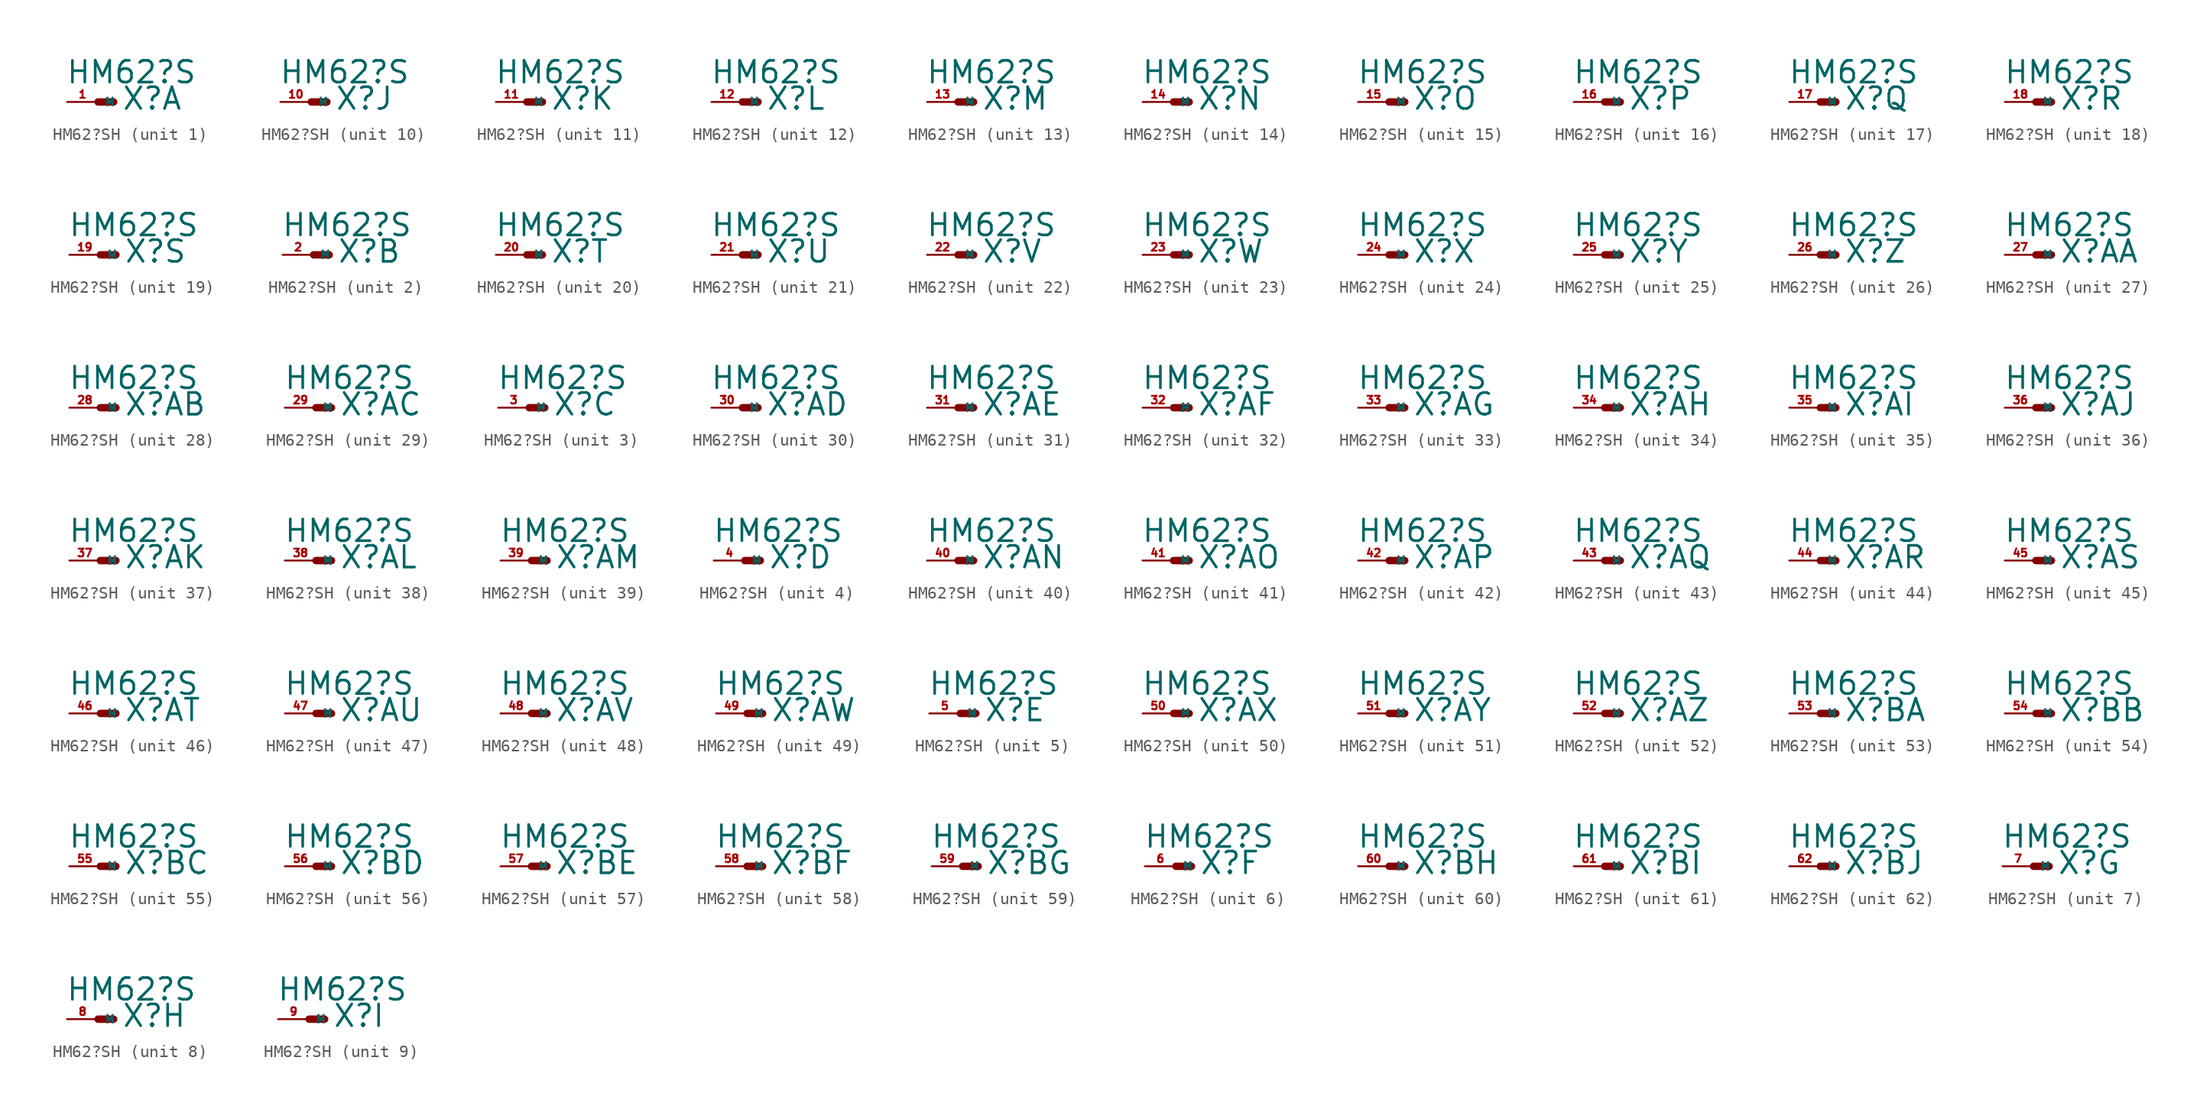
<source format=kicad_sym>
(kicad_symbol_lib
  (version 20220914)
  (generator Eagle2Kicad)
  (symbol "HM62?SH"
    (property "Reference" "X"
      (at 1.905 -0.762 0)
      (effects (font (size 1.778 1.778) (thickness 0.22)) (justify left bottom)))
    (property "Value" "HM62?S"
      (at -2.667 1.397 0)
      (effects (font (size 1.778 1.778) (thickness 0.22)) (justify left bottom)))
    (symbol "HM62?SH_1_0"
      (polyline (pts (xy 0 0) (xy 1.27 0)) (stroke (width 0.61) (type default)) (fill (type none)))
      (pin passive line (at -2.54 0 0) (length 2.54) (name "M" (effects (font (size 0.635 0.635) (thickness 0.08)) (justify left bottom))) (number "1" (effects (font (size 0.635 0.635) (thickness 0.08)) (justify left bottom)))))
    (symbol "HM62?SH_2_0"
      (polyline (pts (xy 0 0) (xy 1.27 0)) (stroke (width 0.61) (type default)) (fill (type none)))
      (pin passive line (at -2.54 0 0) (length 2.54) (name "M" (effects (font (size 0.635 0.635) (thickness 0.08)) (justify left bottom))) (number "2" (effects (font (size 0.635 0.635) (thickness 0.08)) (justify left bottom)))))
    (symbol "HM62?SH_3_0"
      (polyline (pts (xy 0 0) (xy 1.27 0)) (stroke (width 0.61) (type default)) (fill (type none)))
      (pin passive line (at -2.54 0 0) (length 2.54) (name "M" (effects (font (size 0.635 0.635) (thickness 0.08)) (justify left bottom))) (number "3" (effects (font (size 0.635 0.635) (thickness 0.08)) (justify left bottom)))))
    (symbol "HM62?SH_4_0"
      (polyline (pts (xy 0 0) (xy 1.27 0)) (stroke (width 0.61) (type default)) (fill (type none)))
      (pin passive line (at -2.54 0 0) (length 2.54) (name "M" (effects (font (size 0.635 0.635) (thickness 0.08)) (justify left bottom))) (number "4" (effects (font (size 0.635 0.635) (thickness 0.08)) (justify left bottom)))))
    (symbol "HM62?SH_5_0"
      (polyline (pts (xy 0 0) (xy 1.27 0)) (stroke (width 0.61) (type default)) (fill (type none)))
      (pin passive line (at -2.54 0 0) (length 2.54) (name "M" (effects (font (size 0.635 0.635) (thickness 0.08)) (justify left bottom))) (number "5" (effects (font (size 0.635 0.635) (thickness 0.08)) (justify left bottom)))))
    (symbol "HM62?SH_6_0"
      (polyline (pts (xy 0 0) (xy 1.27 0)) (stroke (width 0.61) (type default)) (fill (type none)))
      (pin passive line (at -2.54 0 0) (length 2.54) (name "M" (effects (font (size 0.635 0.635) (thickness 0.08)) (justify left bottom))) (number "6" (effects (font (size 0.635 0.635) (thickness 0.08)) (justify left bottom)))))
    (symbol "HM62?SH_7_0"
      (polyline (pts (xy 0 0) (xy 1.27 0)) (stroke (width 0.61) (type default)) (fill (type none)))
      (pin passive line (at -2.54 0 0) (length 2.54) (name "M" (effects (font (size 0.635 0.635) (thickness 0.08)) (justify left bottom))) (number "7" (effects (font (size 0.635 0.635) (thickness 0.08)) (justify left bottom)))))
    (symbol "HM62?SH_8_0"
      (polyline (pts (xy 0 0) (xy 1.27 0)) (stroke (width 0.61) (type default)) (fill (type none)))
      (pin passive line (at -2.54 0 0) (length 2.54) (name "M" (effects (font (size 0.635 0.635) (thickness 0.08)) (justify left bottom))) (number "8" (effects (font (size 0.635 0.635) (thickness 0.08)) (justify left bottom)))))
    (symbol "HM62?SH_9_0"
      (polyline (pts (xy 0 0) (xy 1.27 0)) (stroke (width 0.61) (type default)) (fill (type none)))
      (pin passive line (at -2.54 0 0) (length 2.54) (name "M" (effects (font (size 0.635 0.635) (thickness 0.08)) (justify left bottom))) (number "9" (effects (font (size 0.635 0.635) (thickness 0.08)) (justify left bottom)))))
    (symbol "HM62?SH_10_0"
      (polyline (pts (xy 0 0) (xy 1.27 0)) (stroke (width 0.61) (type default)) (fill (type none)))
      (pin passive line (at -2.54 0 0) (length 2.54) (name "M" (effects (font (size 0.635 0.635) (thickness 0.08)) (justify left bottom))) (number "10" (effects (font (size 0.635 0.635) (thickness 0.08)) (justify left bottom)))))
    (symbol "HM62?SH_11_0"
      (polyline (pts (xy 0 0) (xy 1.27 0)) (stroke (width 0.61) (type default)) (fill (type none)))
      (pin passive line (at -2.54 0 0) (length 2.54) (name "M" (effects (font (size 0.635 0.635) (thickness 0.08)) (justify left bottom))) (number "11" (effects (font (size 0.635 0.635) (thickness 0.08)) (justify left bottom)))))
    (symbol "HM62?SH_12_0"
      (polyline (pts (xy 0 0) (xy 1.27 0)) (stroke (width 0.61) (type default)) (fill (type none)))
      (pin passive line (at -2.54 0 0) (length 2.54) (name "M" (effects (font (size 0.635 0.635) (thickness 0.08)) (justify left bottom))) (number "12" (effects (font (size 0.635 0.635) (thickness 0.08)) (justify left bottom)))))
    (symbol "HM62?SH_13_0"
      (polyline (pts (xy 0 0) (xy 1.27 0)) (stroke (width 0.61) (type default)) (fill (type none)))
      (pin passive line (at -2.54 0 0) (length 2.54) (name "M" (effects (font (size 0.635 0.635) (thickness 0.08)) (justify left bottom))) (number "13" (effects (font (size 0.635 0.635) (thickness 0.08)) (justify left bottom)))))
    (symbol "HM62?SH_14_0"
      (polyline (pts (xy 0 0) (xy 1.27 0)) (stroke (width 0.61) (type default)) (fill (type none)))
      (pin passive line (at -2.54 0 0) (length 2.54) (name "M" (effects (font (size 0.635 0.635) (thickness 0.08)) (justify left bottom))) (number "14" (effects (font (size 0.635 0.635) (thickness 0.08)) (justify left bottom)))))
    (symbol "HM62?SH_15_0"
      (polyline (pts (xy 0 0) (xy 1.27 0)) (stroke (width 0.61) (type default)) (fill (type none)))
      (pin passive line (at -2.54 0 0) (length 2.54) (name "M" (effects (font (size 0.635 0.635) (thickness 0.08)) (justify left bottom))) (number "15" (effects (font (size 0.635 0.635) (thickness 0.08)) (justify left bottom)))))
    (symbol "HM62?SH_16_0"
      (polyline (pts (xy 0 0) (xy 1.27 0)) (stroke (width 0.61) (type default)) (fill (type none)))
      (pin passive line (at -2.54 0 0) (length 2.54) (name "M" (effects (font (size 0.635 0.635) (thickness 0.08)) (justify left bottom))) (number "16" (effects (font (size 0.635 0.635) (thickness 0.08)) (justify left bottom)))))
    (symbol "HM62?SH_17_0"
      (polyline (pts (xy 0 0) (xy 1.27 0)) (stroke (width 0.61) (type default)) (fill (type none)))
      (pin passive line (at -2.54 0 0) (length 2.54) (name "M" (effects (font (size 0.635 0.635) (thickness 0.08)) (justify left bottom))) (number "17" (effects (font (size 0.635 0.635) (thickness 0.08)) (justify left bottom)))))
    (symbol "HM62?SH_18_0"
      (polyline (pts (xy 0 0) (xy 1.27 0)) (stroke (width 0.61) (type default)) (fill (type none)))
      (pin passive line (at -2.54 0 0) (length 2.54) (name "M" (effects (font (size 0.635 0.635) (thickness 0.08)) (justify left bottom))) (number "18" (effects (font (size 0.635 0.635) (thickness 0.08)) (justify left bottom)))))
    (symbol "HM62?SH_19_0"
      (polyline (pts (xy 0 0) (xy 1.27 0)) (stroke (width 0.61) (type default)) (fill (type none)))
      (pin passive line (at -2.54 0 0) (length 2.54) (name "M" (effects (font (size 0.635 0.635) (thickness 0.08)) (justify left bottom))) (number "19" (effects (font (size 0.635 0.635) (thickness 0.08)) (justify left bottom)))))
    (symbol "HM62?SH_20_0"
      (polyline (pts (xy 0 0) (xy 1.27 0)) (stroke (width 0.61) (type default)) (fill (type none)))
      (pin passive line (at -2.54 0 0) (length 2.54) (name "M" (effects (font (size 0.635 0.635) (thickness 0.08)) (justify left bottom))) (number "20" (effects (font (size 0.635 0.635) (thickness 0.08)) (justify left bottom)))))
    (symbol "HM62?SH_21_0"
      (polyline (pts (xy 0 0) (xy 1.27 0)) (stroke (width 0.61) (type default)) (fill (type none)))
      (pin passive line (at -2.54 0 0) (length 2.54) (name "M" (effects (font (size 0.635 0.635) (thickness 0.08)) (justify left bottom))) (number "21" (effects (font (size 0.635 0.635) (thickness 0.08)) (justify left bottom)))))
    (symbol "HM62?SH_22_0"
      (polyline (pts (xy 0 0) (xy 1.27 0)) (stroke (width 0.61) (type default)) (fill (type none)))
      (pin passive line (at -2.54 0 0) (length 2.54) (name "M" (effects (font (size 0.635 0.635) (thickness 0.08)) (justify left bottom))) (number "22" (effects (font (size 0.635 0.635) (thickness 0.08)) (justify left bottom)))))
    (symbol "HM62?SH_23_0"
      (polyline (pts (xy 0 0) (xy 1.27 0)) (stroke (width 0.61) (type default)) (fill (type none)))
      (pin passive line (at -2.54 0 0) (length 2.54) (name "M" (effects (font (size 0.635 0.635) (thickness 0.08)) (justify left bottom))) (number "23" (effects (font (size 0.635 0.635) (thickness 0.08)) (justify left bottom)))))
    (symbol "HM62?SH_24_0"
      (polyline (pts (xy 0 0) (xy 1.27 0)) (stroke (width 0.61) (type default)) (fill (type none)))
      (pin passive line (at -2.54 0 0) (length 2.54) (name "M" (effects (font (size 0.635 0.635) (thickness 0.08)) (justify left bottom))) (number "24" (effects (font (size 0.635 0.635) (thickness 0.08)) (justify left bottom)))))
    (symbol "HM62?SH_25_0"
      (polyline (pts (xy 0 0) (xy 1.27 0)) (stroke (width 0.61) (type default)) (fill (type none)))
      (pin passive line (at -2.54 0 0) (length 2.54) (name "M" (effects (font (size 0.635 0.635) (thickness 0.08)) (justify left bottom))) (number "25" (effects (font (size 0.635 0.635) (thickness 0.08)) (justify left bottom)))))
    (symbol "HM62?SH_26_0"
      (polyline (pts (xy 0 0) (xy 1.27 0)) (stroke (width 0.61) (type default)) (fill (type none)))
      (pin passive line (at -2.54 0 0) (length 2.54) (name "M" (effects (font (size 0.635 0.635) (thickness 0.08)) (justify left bottom))) (number "26" (effects (font (size 0.635 0.635) (thickness 0.08)) (justify left bottom)))))
    (symbol "HM62?SH_27_0"
      (polyline (pts (xy 0 0) (xy 1.27 0)) (stroke (width 0.61) (type default)) (fill (type none)))
      (pin passive line (at -2.54 0 0) (length 2.54) (name "M" (effects (font (size 0.635 0.635) (thickness 0.08)) (justify left bottom))) (number "27" (effects (font (size 0.635 0.635) (thickness 0.08)) (justify left bottom)))))
    (symbol "HM62?SH_28_0"
      (polyline (pts (xy 0 0) (xy 1.27 0)) (stroke (width 0.61) (type default)) (fill (type none)))
      (pin passive line (at -2.54 0 0) (length 2.54) (name "M" (effects (font (size 0.635 0.635) (thickness 0.08)) (justify left bottom))) (number "28" (effects (font (size 0.635 0.635) (thickness 0.08)) (justify left bottom)))))
    (symbol "HM62?SH_29_0"
      (polyline (pts (xy 0 0) (xy 1.27 0)) (stroke (width 0.61) (type default)) (fill (type none)))
      (pin passive line (at -2.54 0 0) (length 2.54) (name "M" (effects (font (size 0.635 0.635) (thickness 0.08)) (justify left bottom))) (number "29" (effects (font (size 0.635 0.635) (thickness 0.08)) (justify left bottom)))))
    (symbol "HM62?SH_30_0"
      (polyline (pts (xy 0 0) (xy 1.27 0)) (stroke (width 0.61) (type default)) (fill (type none)))
      (pin passive line (at -2.54 0 0) (length 2.54) (name "M" (effects (font (size 0.635 0.635) (thickness 0.08)) (justify left bottom))) (number "30" (effects (font (size 0.635 0.635) (thickness 0.08)) (justify left bottom)))))
    (symbol "HM62?SH_31_0"
      (polyline (pts (xy 0 0) (xy 1.27 0)) (stroke (width 0.61) (type default)) (fill (type none)))
      (pin passive line (at -2.54 0 0) (length 2.54) (name "M" (effects (font (size 0.635 0.635) (thickness 0.08)) (justify left bottom))) (number "31" (effects (font (size 0.635 0.635) (thickness 0.08)) (justify left bottom)))))
    (symbol "HM62?SH_32_0"
      (polyline (pts (xy 0 0) (xy 1.27 0)) (stroke (width 0.61) (type default)) (fill (type none)))
      (pin passive line (at -2.54 0 0) (length 2.54) (name "M" (effects (font (size 0.635 0.635) (thickness 0.08)) (justify left bottom))) (number "32" (effects (font (size 0.635 0.635) (thickness 0.08)) (justify left bottom)))))
    (symbol "HM62?SH_33_0"
      (polyline (pts (xy 0 0) (xy 1.27 0)) (stroke (width 0.61) (type default)) (fill (type none)))
      (pin passive line (at -2.54 0 0) (length 2.54) (name "M" (effects (font (size 0.635 0.635) (thickness 0.08)) (justify left bottom))) (number "33" (effects (font (size 0.635 0.635) (thickness 0.08)) (justify left bottom)))))
    (symbol "HM62?SH_34_0"
      (polyline (pts (xy 0 0) (xy 1.27 0)) (stroke (width 0.61) (type default)) (fill (type none)))
      (pin passive line (at -2.54 0 0) (length 2.54) (name "M" (effects (font (size 0.635 0.635) (thickness 0.08)) (justify left bottom))) (number "34" (effects (font (size 0.635 0.635) (thickness 0.08)) (justify left bottom)))))
    (symbol "HM62?SH_35_0"
      (polyline (pts (xy 0 0) (xy 1.27 0)) (stroke (width 0.61) (type default)) (fill (type none)))
      (pin passive line (at -2.54 0 0) (length 2.54) (name "M" (effects (font (size 0.635 0.635) (thickness 0.08)) (justify left bottom))) (number "35" (effects (font (size 0.635 0.635) (thickness 0.08)) (justify left bottom)))))
    (symbol "HM62?SH_36_0"
      (polyline (pts (xy 0 0) (xy 1.27 0)) (stroke (width 0.61) (type default)) (fill (type none)))
      (pin passive line (at -2.54 0 0) (length 2.54) (name "M" (effects (font (size 0.635 0.635) (thickness 0.08)) (justify left bottom))) (number "36" (effects (font (size 0.635 0.635) (thickness 0.08)) (justify left bottom)))))
    (symbol "HM62?SH_37_0"
      (polyline (pts (xy 0 0) (xy 1.27 0)) (stroke (width 0.61) (type default)) (fill (type none)))
      (pin passive line (at -2.54 0 0) (length 2.54) (name "M" (effects (font (size 0.635 0.635) (thickness 0.08)) (justify left bottom))) (number "37" (effects (font (size 0.635 0.635) (thickness 0.08)) (justify left bottom)))))
    (symbol "HM62?SH_38_0"
      (polyline (pts (xy 0 0) (xy 1.27 0)) (stroke (width 0.61) (type default)) (fill (type none)))
      (pin passive line (at -2.54 0 0) (length 2.54) (name "M" (effects (font (size 0.635 0.635) (thickness 0.08)) (justify left bottom))) (number "38" (effects (font (size 0.635 0.635) (thickness 0.08)) (justify left bottom)))))
    (symbol "HM62?SH_39_0"
      (polyline (pts (xy 0 0) (xy 1.27 0)) (stroke (width 0.61) (type default)) (fill (type none)))
      (pin passive line (at -2.54 0 0) (length 2.54) (name "M" (effects (font (size 0.635 0.635) (thickness 0.08)) (justify left bottom))) (number "39" (effects (font (size 0.635 0.635) (thickness 0.08)) (justify left bottom)))))
    (symbol "HM62?SH_40_0"
      (polyline (pts (xy 0 0) (xy 1.27 0)) (stroke (width 0.61) (type default)) (fill (type none)))
      (pin passive line (at -2.54 0 0) (length 2.54) (name "M" (effects (font (size 0.635 0.635) (thickness 0.08)) (justify left bottom))) (number "40" (effects (font (size 0.635 0.635) (thickness 0.08)) (justify left bottom)))))
    (symbol "HM62?SH_41_0"
      (polyline (pts (xy 0 0) (xy 1.27 0)) (stroke (width 0.61) (type default)) (fill (type none)))
      (pin passive line (at -2.54 0 0) (length 2.54) (name "M" (effects (font (size 0.635 0.635) (thickness 0.08)) (justify left bottom))) (number "41" (effects (font (size 0.635 0.635) (thickness 0.08)) (justify left bottom)))))
    (symbol "HM62?SH_42_0"
      (polyline (pts (xy 0 0) (xy 1.27 0)) (stroke (width 0.61) (type default)) (fill (type none)))
      (pin passive line (at -2.54 0 0) (length 2.54) (name "M" (effects (font (size 0.635 0.635) (thickness 0.08)) (justify left bottom))) (number "42" (effects (font (size 0.635 0.635) (thickness 0.08)) (justify left bottom)))))
    (symbol "HM62?SH_43_0"
      (polyline (pts (xy 0 0) (xy 1.27 0)) (stroke (width 0.61) (type default)) (fill (type none)))
      (pin passive line (at -2.54 0 0) (length 2.54) (name "M" (effects (font (size 0.635 0.635) (thickness 0.08)) (justify left bottom))) (number "43" (effects (font (size 0.635 0.635) (thickness 0.08)) (justify left bottom)))))
    (symbol "HM62?SH_44_0"
      (polyline (pts (xy 0 0) (xy 1.27 0)) (stroke (width 0.61) (type default)) (fill (type none)))
      (pin passive line (at -2.54 0 0) (length 2.54) (name "M" (effects (font (size 0.635 0.635) (thickness 0.08)) (justify left bottom))) (number "44" (effects (font (size 0.635 0.635) (thickness 0.08)) (justify left bottom)))))
    (symbol "HM62?SH_45_0"
      (polyline (pts (xy 0 0) (xy 1.27 0)) (stroke (width 0.61) (type default)) (fill (type none)))
      (pin passive line (at -2.54 0 0) (length 2.54) (name "M" (effects (font (size 0.635 0.635) (thickness 0.08)) (justify left bottom))) (number "45" (effects (font (size 0.635 0.635) (thickness 0.08)) (justify left bottom)))))
    (symbol "HM62?SH_46_0"
      (polyline (pts (xy 0 0) (xy 1.27 0)) (stroke (width 0.61) (type default)) (fill (type none)))
      (pin passive line (at -2.54 0 0) (length 2.54) (name "M" (effects (font (size 0.635 0.635) (thickness 0.08)) (justify left bottom))) (number "46" (effects (font (size 0.635 0.635) (thickness 0.08)) (justify left bottom)))))
    (symbol "HM62?SH_47_0"
      (polyline (pts (xy 0 0) (xy 1.27 0)) (stroke (width 0.61) (type default)) (fill (type none)))
      (pin passive line (at -2.54 0 0) (length 2.54) (name "M" (effects (font (size 0.635 0.635) (thickness 0.08)) (justify left bottom))) (number "47" (effects (font (size 0.635 0.635) (thickness 0.08)) (justify left bottom)))))
    (symbol "HM62?SH_48_0"
      (polyline (pts (xy 0 0) (xy 1.27 0)) (stroke (width 0.61) (type default)) (fill (type none)))
      (pin passive line (at -2.54 0 0) (length 2.54) (name "M" (effects (font (size 0.635 0.635) (thickness 0.08)) (justify left bottom))) (number "48" (effects (font (size 0.635 0.635) (thickness 0.08)) (justify left bottom)))))
    (symbol "HM62?SH_49_0"
      (polyline (pts (xy 0 0) (xy 1.27 0)) (stroke (width 0.61) (type default)) (fill (type none)))
      (pin passive line (at -2.54 0 0) (length 2.54) (name "M" (effects (font (size 0.635 0.635) (thickness 0.08)) (justify left bottom))) (number "49" (effects (font (size 0.635 0.635) (thickness 0.08)) (justify left bottom)))))
    (symbol "HM62?SH_50_0"
      (polyline (pts (xy 0 0) (xy 1.27 0)) (stroke (width 0.61) (type default)) (fill (type none)))
      (pin passive line (at -2.54 0 0) (length 2.54) (name "M" (effects (font (size 0.635 0.635) (thickness 0.08)) (justify left bottom))) (number "50" (effects (font (size 0.635 0.635) (thickness 0.08)) (justify left bottom)))))
    (symbol "HM62?SH_51_0"
      (polyline (pts (xy 0 0) (xy 1.27 0)) (stroke (width 0.61) (type default)) (fill (type none)))
      (pin passive line (at -2.54 0 0) (length 2.54) (name "M" (effects (font (size 0.635 0.635) (thickness 0.08)) (justify left bottom))) (number "51" (effects (font (size 0.635 0.635) (thickness 0.08)) (justify left bottom)))))
    (symbol "HM62?SH_52_0"
      (polyline (pts (xy 0 0) (xy 1.27 0)) (stroke (width 0.61) (type default)) (fill (type none)))
      (pin passive line (at -2.54 0 0) (length 2.54) (name "M" (effects (font (size 0.635 0.635) (thickness 0.08)) (justify left bottom))) (number "52" (effects (font (size 0.635 0.635) (thickness 0.08)) (justify left bottom)))))
    (symbol "HM62?SH_53_0"
      (polyline (pts (xy 0 0) (xy 1.27 0)) (stroke (width 0.61) (type default)) (fill (type none)))
      (pin passive line (at -2.54 0 0) (length 2.54) (name "M" (effects (font (size 0.635 0.635) (thickness 0.08)) (justify left bottom))) (number "53" (effects (font (size 0.635 0.635) (thickness 0.08)) (justify left bottom)))))
    (symbol "HM62?SH_54_0"
      (polyline (pts (xy 0 0) (xy 1.27 0)) (stroke (width 0.61) (type default)) (fill (type none)))
      (pin passive line (at -2.54 0 0) (length 2.54) (name "M" (effects (font (size 0.635 0.635) (thickness 0.08)) (justify left bottom))) (number "54" (effects (font (size 0.635 0.635) (thickness 0.08)) (justify left bottom)))))
    (symbol "HM62?SH_55_0"
      (polyline (pts (xy 0 0) (xy 1.27 0)) (stroke (width 0.61) (type default)) (fill (type none)))
      (pin passive line (at -2.54 0 0) (length 2.54) (name "M" (effects (font (size 0.635 0.635) (thickness 0.08)) (justify left bottom))) (number "55" (effects (font (size 0.635 0.635) (thickness 0.08)) (justify left bottom)))))
    (symbol "HM62?SH_56_0"
      (polyline (pts (xy 0 0) (xy 1.27 0)) (stroke (width 0.61) (type default)) (fill (type none)))
      (pin passive line (at -2.54 0 0) (length 2.54) (name "M" (effects (font (size 0.635 0.635) (thickness 0.08)) (justify left bottom))) (number "56" (effects (font (size 0.635 0.635) (thickness 0.08)) (justify left bottom)))))
    (symbol "HM62?SH_57_0"
      (polyline (pts (xy 0 0) (xy 1.27 0)) (stroke (width 0.61) (type default)) (fill (type none)))
      (pin passive line (at -2.54 0 0) (length 2.54) (name "M" (effects (font (size 0.635 0.635) (thickness 0.08)) (justify left bottom))) (number "57" (effects (font (size 0.635 0.635) (thickness 0.08)) (justify left bottom)))))
    (symbol "HM62?SH_58_0"
      (polyline (pts (xy 0 0) (xy 1.27 0)) (stroke (width 0.61) (type default)) (fill (type none)))
      (pin passive line (at -2.54 0 0) (length 2.54) (name "M" (effects (font (size 0.635 0.635) (thickness 0.08)) (justify left bottom))) (number "58" (effects (font (size 0.635 0.635) (thickness 0.08)) (justify left bottom)))))
    (symbol "HM62?SH_59_0"
      (polyline (pts (xy 0 0) (xy 1.27 0)) (stroke (width 0.61) (type default)) (fill (type none)))
      (pin passive line (at -2.54 0 0) (length 2.54) (name "M" (effects (font (size 0.635 0.635) (thickness 0.08)) (justify left bottom))) (number "59" (effects (font (size 0.635 0.635) (thickness 0.08)) (justify left bottom)))))
    (symbol "HM62?SH_60_0"
      (polyline (pts (xy 0 0) (xy 1.27 0)) (stroke (width 0.61) (type default)) (fill (type none)))
      (pin passive line (at -2.54 0 0) (length 2.54) (name "M" (effects (font (size 0.635 0.635) (thickness 0.08)) (justify left bottom))) (number "60" (effects (font (size 0.635 0.635) (thickness 0.08)) (justify left bottom)))))
    (symbol "HM62?SH_61_0"
      (polyline (pts (xy 0 0) (xy 1.27 0)) (stroke (width 0.61) (type default)) (fill (type none)))
      (pin passive line (at -2.54 0 0) (length 2.54) (name "M" (effects (font (size 0.635 0.635) (thickness 0.08)) (justify left bottom))) (number "61" (effects (font (size 0.635 0.635) (thickness 0.08)) (justify left bottom)))))
    (symbol "HM62?SH_62_0"
      (polyline (pts (xy 0 0) (xy 1.27 0)) (stroke (width 0.61) (type default)) (fill (type none)))
      (pin passive line (at -2.54 0 0) (length 2.54) (name "M" (effects (font (size 0.635 0.635) (thickness 0.08)) (justify left bottom))) (number "62" (effects (font (size 0.635 0.635) (thickness 0.08)) (justify left bottom)))))))
</source>
